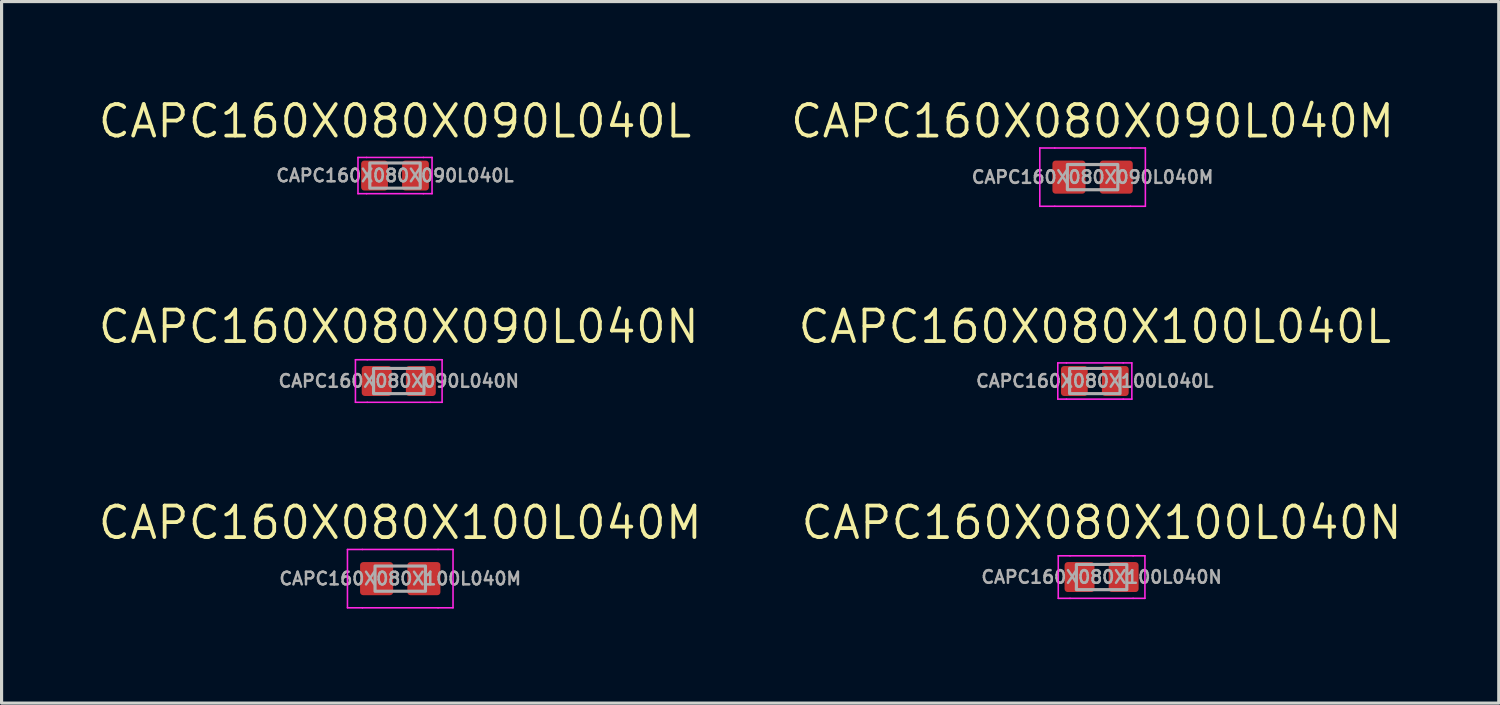
<source format=kicad_pcb>
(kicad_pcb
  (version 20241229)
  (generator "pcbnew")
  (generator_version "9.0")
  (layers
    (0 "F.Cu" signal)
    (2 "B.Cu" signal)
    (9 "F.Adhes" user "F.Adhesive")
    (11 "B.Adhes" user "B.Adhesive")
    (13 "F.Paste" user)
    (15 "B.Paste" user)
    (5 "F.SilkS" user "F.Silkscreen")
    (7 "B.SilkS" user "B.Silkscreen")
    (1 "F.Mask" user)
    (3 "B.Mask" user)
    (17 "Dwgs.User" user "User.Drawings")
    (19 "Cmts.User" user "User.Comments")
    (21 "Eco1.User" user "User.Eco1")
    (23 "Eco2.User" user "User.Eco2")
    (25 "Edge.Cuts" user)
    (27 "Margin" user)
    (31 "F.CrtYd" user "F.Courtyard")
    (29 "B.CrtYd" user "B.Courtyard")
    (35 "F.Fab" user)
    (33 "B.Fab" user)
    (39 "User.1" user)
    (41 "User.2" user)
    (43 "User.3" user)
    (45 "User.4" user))
  (footprint "CAPC160X080X100L040L"
    (layer "F.Cu")
    (at 31.692 9.041)
    (property "Reference" "CAPC160X080X100L040L" (at 0 -1.725 0) (layer "F.SilkS") (effects (font (size 1 1) (thickness 0.12))))
    (attr smd)
    (fp_line (start -1.175 -0.575) (end -0.9 -0.575) (stroke (width 0.05) (type solid)) (layer "F.CrtYd"))
    (fp_line (start -1.175 0.575) (end -1.175 -0.575) (stroke (width 0.05) (type solid)) (layer "F.CrtYd"))
    (fp_line (start -0.9 -0.575) (end 0.9 -0.575) (stroke (width 0.05) (type solid)) (layer "F.CrtYd"))
    (fp_line (start -0.9 0.575) (end -1.175 0.575) (stroke (width 0.05) (type solid)) (layer "F.CrtYd"))
    (fp_line (start 0.9 -0.575) (end 1.175 -0.575) (stroke (width 0.05) (type solid)) (layer "F.CrtYd"))
    (fp_line (start 0.9 0.575) (end -0.9 0.575) (stroke (width 0.05) (type solid)) (layer "F.CrtYd"))
    (fp_line (start 1.175 -0.575) (end 1.175 0.575) (stroke (width 0.05) (type solid)) (layer "F.CrtYd"))
    (fp_line (start 1.175 0.575) (end 0.9 0.575) (stroke (width 0.05) (type solid)) (layer "F.CrtYd"))
    (fp_rect (start -0.8 -0.4) (end 0.8 0.4) (stroke (width 0.1) (type solid)) (fill no) (layer "F.Fab"))
    (fp_text user "${REFERENCE}" (at 0 0 0) (layer "F.Fab") (effects (font (size 0.4 0.4) (thickness 0.08))))
    (pad "1" smd roundrect (at -0.65 0) (size 0.85 0.95) (layers "F.Cu" "F.Mask" "F.Paste") (roundrect_rratio 0.118))
    (pad "2" smd roundrect (at 0.65 0) (size 0.85 0.95) (layers "F.Cu" "F.Mask" "F.Paste") (roundrect_rratio 0.118)))
  (footprint "CAPC160X080X100L040M"
    (layer "F.Cu")
    (at 9.651 15.312)
    (property "Reference" "CAPC160X080X100L040M" (at 0 -1.775 0) (layer "F.SilkS") (effects (font (size 1 1) (thickness 0.12))))
    (attr smd)
    (fp_line (start -1.675 -0.925) (end -1.2 -0.925) (stroke (width 0.05) (type solid)) (layer "F.CrtYd"))
    (fp_line (start -1.675 0.925) (end -1.675 -0.925) (stroke (width 0.05) (type solid)) (layer "F.CrtYd"))
    (fp_line (start -1.2 -0.925) (end 1.2 -0.925) (stroke (width 0.05) (type solid)) (layer "F.CrtYd"))
    (fp_line (start -1.2 0.925) (end -1.675 0.925) (stroke (width 0.05) (type solid)) (layer "F.CrtYd"))
    (fp_line (start 1.2 -0.925) (end 1.675 -0.925) (stroke (width 0.05) (type solid)) (layer "F.CrtYd"))
    (fp_line (start 1.2 0.925) (end -1.2 0.925) (stroke (width 0.05) (type solid)) (layer "F.CrtYd"))
    (fp_line (start 1.675 -0.925) (end 1.675 0.925) (stroke (width 0.05) (type solid)) (layer "F.CrtYd"))
    (fp_line (start 1.675 0.925) (end 1.2 0.925) (stroke (width 0.05) (type solid)) (layer "F.CrtYd"))
    (fp_rect (start -0.8 -0.4) (end 0.8 0.4) (stroke (width 0.1) (type solid)) (fill no) (layer "F.Fab"))
    (fp_text user "${REFERENCE}" (at 0 0 0) (layer "F.Fab") (effects (font (size 0.4 0.4) (thickness 0.08))))
    (pad "1" smd roundrect (at -0.75 0) (size 1.05 1.05) (layers "F.Cu" "F.Mask" "F.Paste") (roundrect_rratio 0.095))
    (pad "2" smd roundrect (at 0.75 0) (size 1.05 1.05) (layers "F.Cu" "F.Mask" "F.Paste") (roundrect_rratio 0.095)))
  (footprint "CAPC160X080X090L040M"
    (layer "F.Cu")
    (at 31.621 2.571)
    (property "Reference" "CAPC160X080X090L040M" (at 0 -1.775 0) (layer "F.SilkS") (effects (font (size 1 1) (thickness 0.12))))
    (attr smd)
    (fp_line (start -1.675 -0.925) (end -1.2 -0.925) (stroke (width 0.05) (type solid)) (layer "F.CrtYd"))
    (fp_line (start -1.675 0.925) (end -1.675 -0.925) (stroke (width 0.05) (type solid)) (layer "F.CrtYd"))
    (fp_line (start -1.2 -0.925) (end 1.2 -0.925) (stroke (width 0.05) (type solid)) (layer "F.CrtYd"))
    (fp_line (start -1.2 0.925) (end -1.675 0.925) (stroke (width 0.05) (type solid)) (layer "F.CrtYd"))
    (fp_line (start 1.2 -0.925) (end 1.675 -0.925) (stroke (width 0.05) (type solid)) (layer "F.CrtYd"))
    (fp_line (start 1.2 0.925) (end -1.2 0.925) (stroke (width 0.05) (type solid)) (layer "F.CrtYd"))
    (fp_line (start 1.675 -0.925) (end 1.675 0.925) (stroke (width 0.05) (type solid)) (layer "F.CrtYd"))
    (fp_line (start 1.675 0.925) (end 1.2 0.925) (stroke (width 0.05) (type solid)) (layer "F.CrtYd"))
    (fp_rect (start -0.8 -0.4) (end 0.8 0.4) (stroke (width 0.1) (type solid)) (fill no) (layer "F.Fab"))
    (fp_text user "${REFERENCE}" (at 0 0 0) (layer "F.Fab") (effects (font (size 0.4 0.4) (thickness 0.08))))
    (pad "1" smd roundrect (at -0.75 0) (size 1.05 1.05) (layers "F.Cu" "F.Mask" "F.Paste") (roundrect_rratio 0.095))
    (pad "2" smd roundrect (at 0.75 0) (size 1.05 1.05) (layers "F.Cu" "F.Mask" "F.Paste") (roundrect_rratio 0.095)))
  (footprint "CAPC160X080X090L040L"
    (layer "F.Cu")
    (at 9.485 2.521)
    (property "Reference" "CAPC160X080X090L040L" (at 0 -1.725 0) (layer "F.SilkS") (effects (font (size 1 1) (thickness 0.12))))
    (attr smd)
    (fp_line (start -1.175 -0.575) (end -0.9 -0.575) (stroke (width 0.05) (type solid)) (layer "F.CrtYd"))
    (fp_line (start -1.175 0.575) (end -1.175 -0.575) (stroke (width 0.05) (type solid)) (layer "F.CrtYd"))
    (fp_line (start -0.9 -0.575) (end 0.9 -0.575) (stroke (width 0.05) (type solid)) (layer "F.CrtYd"))
    (fp_line (start -0.9 0.575) (end -1.175 0.575) (stroke (width 0.05) (type solid)) (layer "F.CrtYd"))
    (fp_line (start 0.9 -0.575) (end 1.175 -0.575) (stroke (width 0.05) (type solid)) (layer "F.CrtYd"))
    (fp_line (start 0.9 0.575) (end -0.9 0.575) (stroke (width 0.05) (type solid)) (layer "F.CrtYd"))
    (fp_line (start 1.175 -0.575) (end 1.175 0.575) (stroke (width 0.05) (type solid)) (layer "F.CrtYd"))
    (fp_line (start 1.175 0.575) (end 0.9 0.575) (stroke (width 0.05) (type solid)) (layer "F.CrtYd"))
    (fp_rect (start -0.8 -0.4) (end 0.8 0.4) (stroke (width 0.1) (type solid)) (fill no) (layer "F.Fab"))
    (fp_text user "${REFERENCE}" (at 0 0 0) (layer "F.Fab") (effects (font (size 0.4 0.4) (thickness 0.08))))
    (pad "1" smd roundrect (at -0.65 0) (size 0.85 0.95) (layers "F.Cu" "F.Mask" "F.Paste") (roundrect_rratio 0.118))
    (pad "2" smd roundrect (at 0.65 0) (size 0.85 0.95) (layers "F.Cu" "F.Mask" "F.Paste") (roundrect_rratio 0.118)))
  (footprint "CAPC160X080X100L040N"
    (layer "F.Cu")
    (at 31.907 15.262)
    (property "Reference" "CAPC160X080X100L040N" (at 0 -1.725 0) (layer "F.SilkS") (effects (font (size 1 1) (thickness 0.12))))
    (attr smd)
    (fp_line (start -1.375 -0.675) (end -1 -0.675) (stroke (width 0.05) (type solid)) (layer "F.CrtYd"))
    (fp_line (start -1.375 0.675) (end -1.375 -0.675) (stroke (width 0.05) (type solid)) (layer "F.CrtYd"))
    (fp_line (start -1 -0.675) (end 1 -0.675) (stroke (width 0.05) (type solid)) (layer "F.CrtYd"))
    (fp_line (start -1 0.675) (end -1.375 0.675) (stroke (width 0.05) (type solid)) (layer "F.CrtYd"))
    (fp_line (start 1 -0.675) (end 1.375 -0.675) (stroke (width 0.05) (type solid)) (layer "F.CrtYd"))
    (fp_line (start 1 0.675) (end -1 0.675) (stroke (width 0.05) (type solid)) (layer "F.CrtYd"))
    (fp_line (start 1.375 -0.675) (end 1.375 0.675) (stroke (width 0.05) (type solid)) (layer "F.CrtYd"))
    (fp_line (start 1.375 0.675) (end 1 0.675) (stroke (width 0.05) (type solid)) (layer "F.CrtYd"))
    (fp_rect (start -0.8 -0.4) (end 0.8 0.4) (stroke (width 0.1) (type solid)) (fill no) (layer "F.Fab"))
    (fp_text user "${REFERENCE}" (at 0 0 0) (layer "F.Fab") (effects (font (size 0.4 0.4) (thickness 0.08))))
    (pad "1" smd roundrect (at -0.7 0) (size 0.95 0.95) (layers "F.Cu" "F.Mask" "F.Paste") (roundrect_rratio 0.105))
    (pad "2" smd roundrect (at 0.7 0) (size 0.95 0.95) (layers "F.Cu" "F.Mask" "F.Paste") (roundrect_rratio 0.105)))
  (footprint "CAPC160X080X090L040N"
    (layer "F.Cu")
    (at 9.604 9.041)
    (property "Reference" "CAPC160X080X090L040N" (at 0 -1.725 0) (layer "F.SilkS") (effects (font (size 1 1) (thickness 0.12))))
    (attr smd)
    (fp_line (start -1.375 -0.675) (end -1 -0.675) (stroke (width 0.05) (type solid)) (layer "F.CrtYd"))
    (fp_line (start -1.375 0.675) (end -1.375 -0.675) (stroke (width 0.05) (type solid)) (layer "F.CrtYd"))
    (fp_line (start -1 -0.675) (end 1 -0.675) (stroke (width 0.05) (type solid)) (layer "F.CrtYd"))
    (fp_line (start -1 0.675) (end -1.375 0.675) (stroke (width 0.05) (type solid)) (layer "F.CrtYd"))
    (fp_line (start 1 -0.675) (end 1.375 -0.675) (stroke (width 0.05) (type solid)) (layer "F.CrtYd"))
    (fp_line (start 1 0.675) (end -1 0.675) (stroke (width 0.05) (type solid)) (layer "F.CrtYd"))
    (fp_line (start 1.375 -0.675) (end 1.375 0.675) (stroke (width 0.05) (type solid)) (layer "F.CrtYd"))
    (fp_line (start 1.375 0.675) (end 1 0.675) (stroke (width 0.05) (type solid)) (layer "F.CrtYd"))
    (fp_rect (start -0.8 -0.4) (end 0.8 0.4) (stroke (width 0.1) (type solid)) (fill no) (layer "F.Fab"))
    (fp_text user "${REFERENCE}" (at 0 0 0) (layer "F.Fab") (effects (font (size 0.4 0.4) (thickness 0.08))))
    (pad "1" smd roundrect (at -0.7 0) (size 0.95 0.95) (layers "F.Cu" "F.Mask" "F.Paste") (roundrect_rratio 0.105))
    (pad "2" smd roundrect (at 0.7 0) (size 0.95 0.95) (layers "F.Cu" "F.Mask" "F.Paste") (roundrect_rratio 0.105)))
  (gr_rect
    (start -3 -3)
    (end 44.51 19.262)
    (stroke (width 0.1) (type default))
    (fill no)
    (layer "Edge.Cuts")))
</source>
